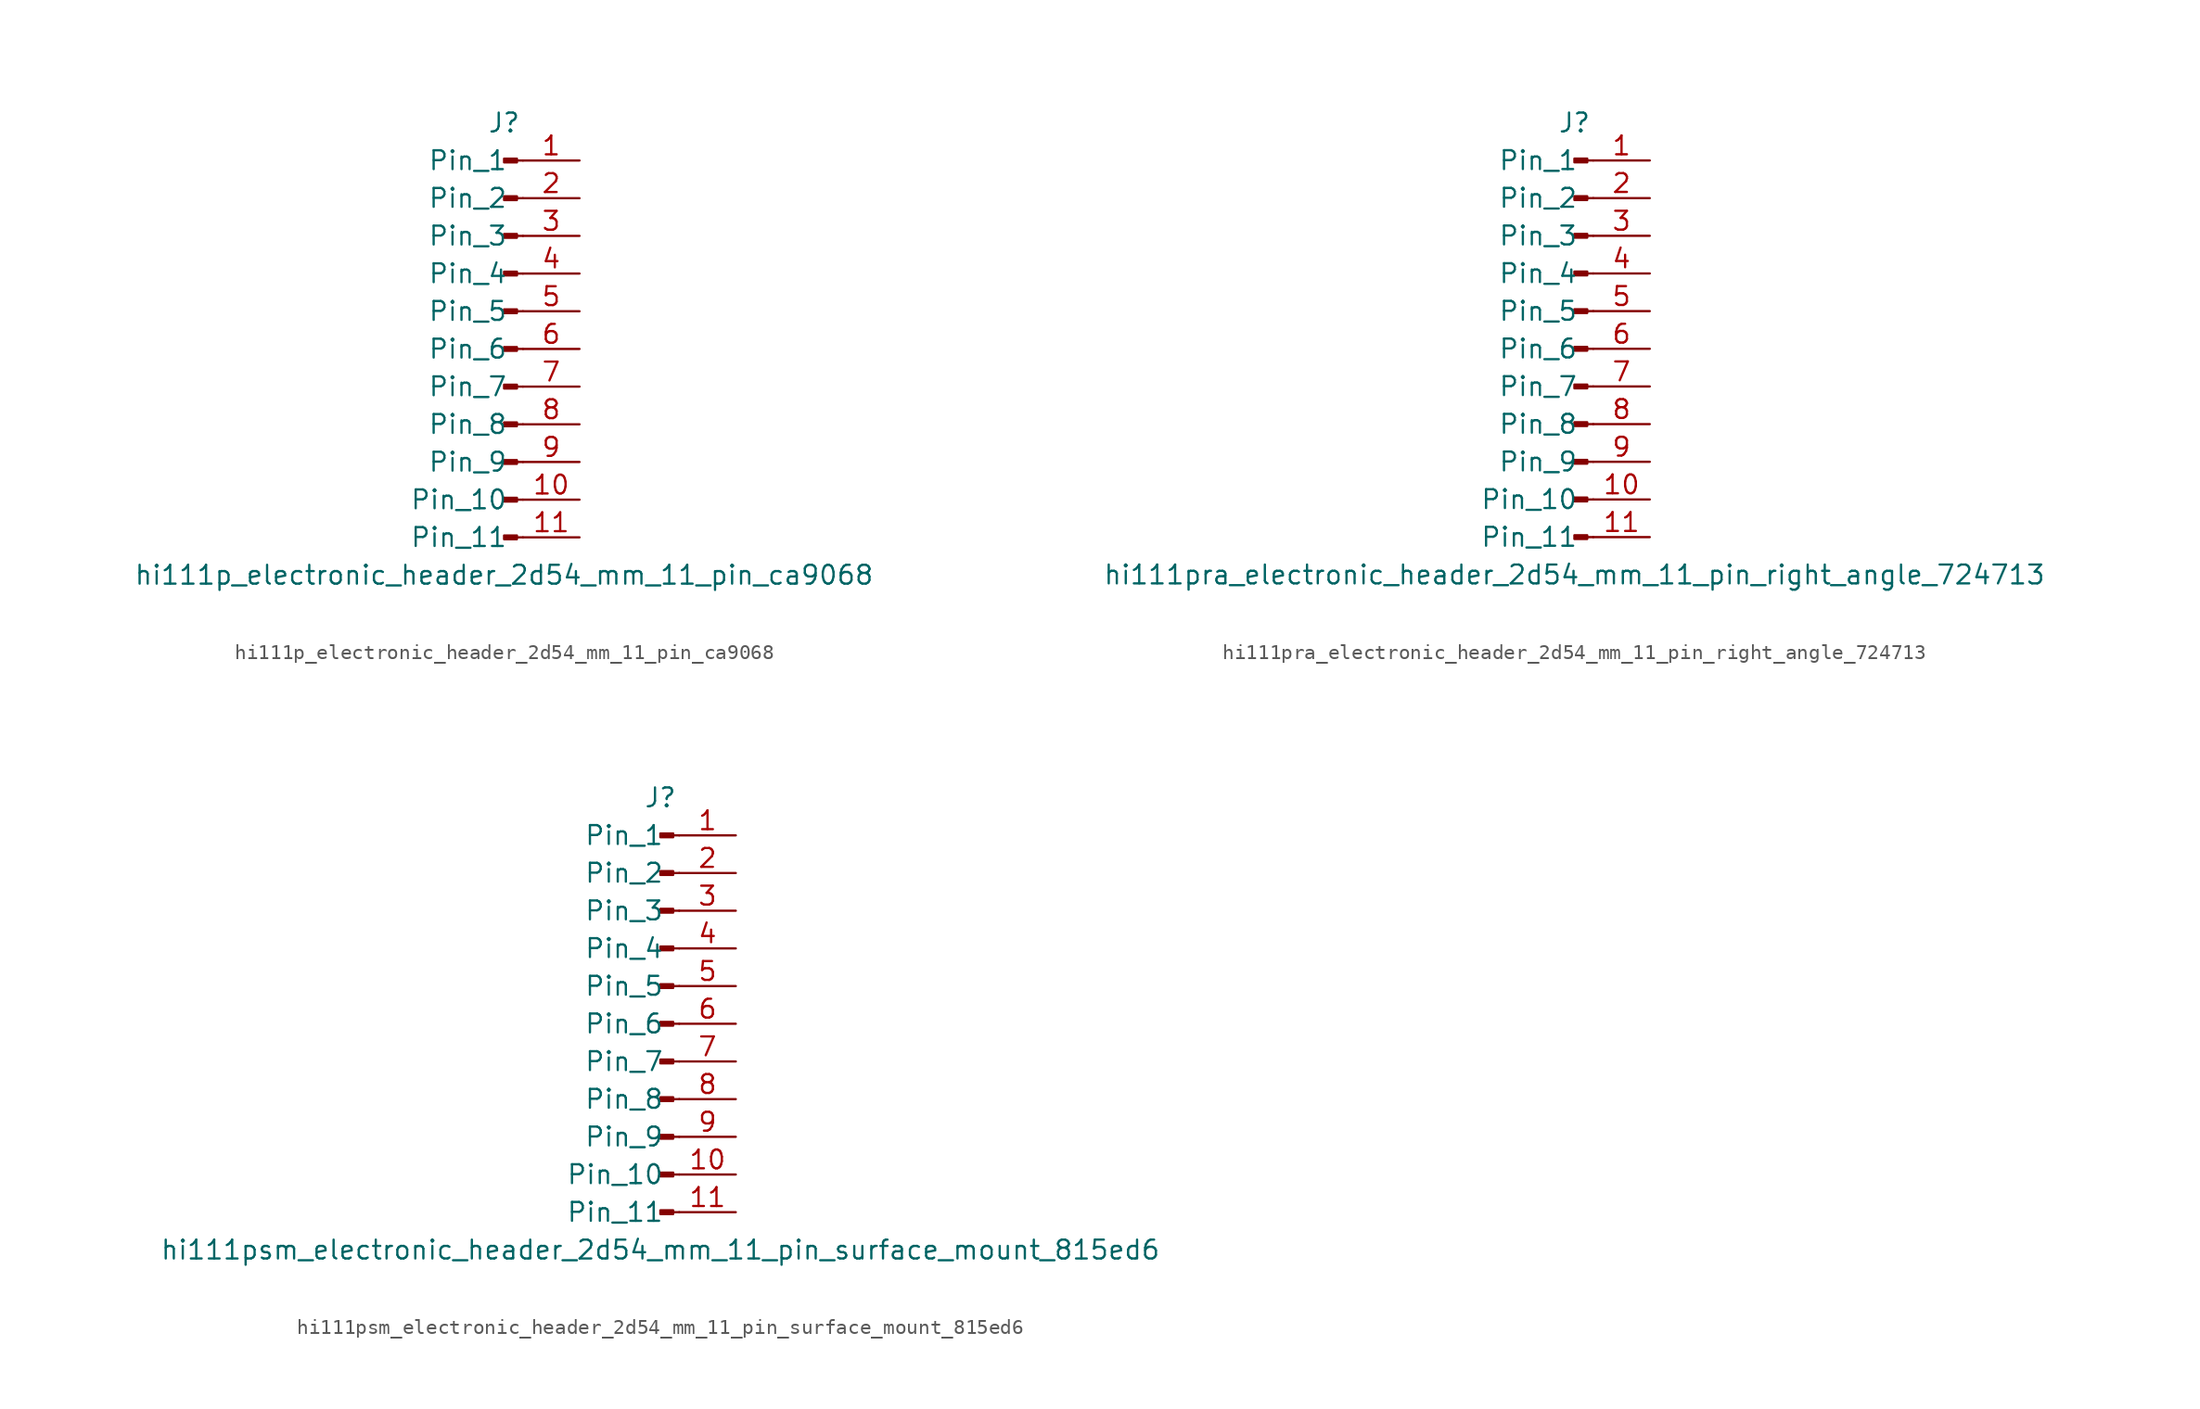
<source format=kicad_sym>
(kicad_symbol_lib
  (version 20220914)
  (generator kicad_symbol_editor)
  (symbol "hi111p_electronic_header_2d54_mm_11_pin_ca9068"
    (pin_names
      (offset 1.016))
    (property "Reference" "J"
      (at 0 15.24 0)
      (effects (font (size 1.27 1.27))))
    (property "Value" "hi111p_electronic_header_2d54_mm_11_pin_ca9068"
      (at 0 -15.24 0)
      (effects (font (size 1.27 1.27))))
    (property "ki_locked" ""
      (at 0 0 0)
      (effects (font (size 1.27 1.27))))
    (symbol "hi111p_electronic_header_2d54_mm_11_pin_ca9068_1_1"
      (polyline (pts (xy 1.27 -12.7) (xy 0.864 -12.7)) (stroke (width 0.152) (type default)) (fill (type none)))
      (polyline (pts (xy 1.27 -10.16) (xy 0.864 -10.16)) (stroke (width 0.152) (type default)) (fill (type none)))
      (polyline (pts (xy 1.27 -7.62) (xy 0.864 -7.62)) (stroke (width 0.152) (type default)) (fill (type none)))
      (polyline (pts (xy 1.27 -5.08) (xy 0.864 -5.08)) (stroke (width 0.152) (type default)) (fill (type none)))
      (polyline (pts (xy 1.27 -2.54) (xy 0.864 -2.54)) (stroke (width 0.152) (type default)) (fill (type none)))
      (polyline (pts (xy 1.27 0) (xy 0.864 0)) (stroke (width 0.152) (type default)) (fill (type none)))
      (polyline (pts (xy 1.27 2.54) (xy 0.864 2.54)) (stroke (width 0.152) (type default)) (fill (type none)))
      (polyline (pts (xy 1.27 5.08) (xy 0.864 5.08)) (stroke (width 0.152) (type default)) (fill (type none)))
      (polyline (pts (xy 1.27 7.62) (xy 0.864 7.62)) (stroke (width 0.152) (type default)) (fill (type none)))
      (polyline (pts (xy 1.27 10.16) (xy 0.864 10.16)) (stroke (width 0.152) (type default)) (fill (type none)))
      (polyline (pts (xy 1.27 12.7) (xy 0.864 12.7)) (stroke (width 0.152) (type default)) (fill (type none)))
      (rectangle (start 0.864 -12.573) (end 0 -12.827) (stroke (width 0.152) (type default)) (fill (type outline)))
      (rectangle (start 0.864 -10.033) (end 0 -10.287) (stroke (width 0.152) (type default)) (fill (type outline)))
      (rectangle (start 0.864 -7.493) (end 0 -7.747) (stroke (width 0.152) (type default)) (fill (type outline)))
      (rectangle (start 0.864 -4.953) (end 0 -5.207) (stroke (width 0.152) (type default)) (fill (type outline)))
      (rectangle (start 0.864 -2.413) (end 0 -2.667) (stroke (width 0.152) (type default)) (fill (type outline)))
      (rectangle (start 0.864 0.127) (end 0 -0.127) (stroke (width 0.152) (type default)) (fill (type outline)))
      (rectangle (start 0.864 2.667) (end 0 2.413) (stroke (width 0.152) (type default)) (fill (type outline)))
      (rectangle (start 0.864 5.207) (end 0 4.953) (stroke (width 0.152) (type default)) (fill (type outline)))
      (rectangle (start 0.864 7.747) (end 0 7.493) (stroke (width 0.152) (type default)) (fill (type outline)))
      (rectangle (start 0.864 10.287) (end 0 10.033) (stroke (width 0.152) (type default)) (fill (type outline)))
      (rectangle (start 0.864 12.827) (end 0 12.573) (stroke (width 0.152) (type default)) (fill (type outline)))
      (pin passive line (at 5.08 12.7 180) (length 3.81) (name "Pin_1" (effects (font (size 1.27 1.27)))) (number "1" (effects (font (size 1.27 1.27)))))
      (pin passive line (at 5.08 -10.16 180) (length 3.81) (name "Pin_10" (effects (font (size 1.27 1.27)))) (number "10" (effects (font (size 1.27 1.27)))))
      (pin passive line (at 5.08 -12.7 180) (length 3.81) (name "Pin_11" (effects (font (size 1.27 1.27)))) (number "11" (effects (font (size 1.27 1.27)))))
      (pin passive line (at 5.08 10.16 180) (length 3.81) (name "Pin_2" (effects (font (size 1.27 1.27)))) (number "2" (effects (font (size 1.27 1.27)))))
      (pin passive line (at 5.08 7.62 180) (length 3.81) (name "Pin_3" (effects (font (size 1.27 1.27)))) (number "3" (effects (font (size 1.27 1.27)))))
      (pin passive line (at 5.08 5.08 180) (length 3.81) (name "Pin_4" (effects (font (size 1.27 1.27)))) (number "4" (effects (font (size 1.27 1.27)))))
      (pin passive line (at 5.08 2.54 180) (length 3.81) (name "Pin_5" (effects (font (size 1.27 1.27)))) (number "5" (effects (font (size 1.27 1.27)))))
      (pin passive line (at 5.08 0 180) (length 3.81) (name "Pin_6" (effects (font (size 1.27 1.27)))) (number "6" (effects (font (size 1.27 1.27)))))
      (pin passive line (at 5.08 -2.54 180) (length 3.81) (name "Pin_7" (effects (font (size 1.27 1.27)))) (number "7" (effects (font (size 1.27 1.27)))))
      (pin passive line (at 5.08 -5.08 180) (length 3.81) (name "Pin_8" (effects (font (size 1.27 1.27)))) (number "8" (effects (font (size 1.27 1.27)))))
      (pin passive line (at 5.08 -7.62 180) (length 3.81) (name "Pin_9" (effects (font (size 1.27 1.27)))) (number "9" (effects (font (size 1.27 1.27)))))))
  (symbol "hi111pra_electronic_header_2d54_mm_11_pin_right_angle_724713"
    (pin_names
      (offset 1.016))
    (property "Reference" "J"
      (at 0 15.24 0)
      (effects (font (size 1.27 1.27))))
    (property "Value" "hi111pra_electronic_header_2d54_mm_11_pin_right_angle_724713"
      (at 0 -15.24 0)
      (effects (font (size 1.27 1.27))))
    (property "ki_locked" ""
      (at 0 0 0)
      (effects (font (size 1.27 1.27))))
    (symbol "hi111pra_electronic_header_2d54_mm_11_pin_right_angle_724713_1_1"
      (polyline (pts (xy 1.27 -12.7) (xy 0.864 -12.7)) (stroke (width 0.152) (type default)) (fill (type none)))
      (polyline (pts (xy 1.27 -10.16) (xy 0.864 -10.16)) (stroke (width 0.152) (type default)) (fill (type none)))
      (polyline (pts (xy 1.27 -7.62) (xy 0.864 -7.62)) (stroke (width 0.152) (type default)) (fill (type none)))
      (polyline (pts (xy 1.27 -5.08) (xy 0.864 -5.08)) (stroke (width 0.152) (type default)) (fill (type none)))
      (polyline (pts (xy 1.27 -2.54) (xy 0.864 -2.54)) (stroke (width 0.152) (type default)) (fill (type none)))
      (polyline (pts (xy 1.27 0) (xy 0.864 0)) (stroke (width 0.152) (type default)) (fill (type none)))
      (polyline (pts (xy 1.27 2.54) (xy 0.864 2.54)) (stroke (width 0.152) (type default)) (fill (type none)))
      (polyline (pts (xy 1.27 5.08) (xy 0.864 5.08)) (stroke (width 0.152) (type default)) (fill (type none)))
      (polyline (pts (xy 1.27 7.62) (xy 0.864 7.62)) (stroke (width 0.152) (type default)) (fill (type none)))
      (polyline (pts (xy 1.27 10.16) (xy 0.864 10.16)) (stroke (width 0.152) (type default)) (fill (type none)))
      (polyline (pts (xy 1.27 12.7) (xy 0.864 12.7)) (stroke (width 0.152) (type default)) (fill (type none)))
      (rectangle (start 0.864 -12.573) (end 0 -12.827) (stroke (width 0.152) (type default)) (fill (type outline)))
      (rectangle (start 0.864 -10.033) (end 0 -10.287) (stroke (width 0.152) (type default)) (fill (type outline)))
      (rectangle (start 0.864 -7.493) (end 0 -7.747) (stroke (width 0.152) (type default)) (fill (type outline)))
      (rectangle (start 0.864 -4.953) (end 0 -5.207) (stroke (width 0.152) (type default)) (fill (type outline)))
      (rectangle (start 0.864 -2.413) (end 0 -2.667) (stroke (width 0.152) (type default)) (fill (type outline)))
      (rectangle (start 0.864 0.127) (end 0 -0.127) (stroke (width 0.152) (type default)) (fill (type outline)))
      (rectangle (start 0.864 2.667) (end 0 2.413) (stroke (width 0.152) (type default)) (fill (type outline)))
      (rectangle (start 0.864 5.207) (end 0 4.953) (stroke (width 0.152) (type default)) (fill (type outline)))
      (rectangle (start 0.864 7.747) (end 0 7.493) (stroke (width 0.152) (type default)) (fill (type outline)))
      (rectangle (start 0.864 10.287) (end 0 10.033) (stroke (width 0.152) (type default)) (fill (type outline)))
      (rectangle (start 0.864 12.827) (end 0 12.573) (stroke (width 0.152) (type default)) (fill (type outline)))
      (pin passive line (at 5.08 12.7 180) (length 3.81) (name "Pin_1" (effects (font (size 1.27 1.27)))) (number "1" (effects (font (size 1.27 1.27)))))
      (pin passive line (at 5.08 -10.16 180) (length 3.81) (name "Pin_10" (effects (font (size 1.27 1.27)))) (number "10" (effects (font (size 1.27 1.27)))))
      (pin passive line (at 5.08 -12.7 180) (length 3.81) (name "Pin_11" (effects (font (size 1.27 1.27)))) (number "11" (effects (font (size 1.27 1.27)))))
      (pin passive line (at 5.08 10.16 180) (length 3.81) (name "Pin_2" (effects (font (size 1.27 1.27)))) (number "2" (effects (font (size 1.27 1.27)))))
      (pin passive line (at 5.08 7.62 180) (length 3.81) (name "Pin_3" (effects (font (size 1.27 1.27)))) (number "3" (effects (font (size 1.27 1.27)))))
      (pin passive line (at 5.08 5.08 180) (length 3.81) (name "Pin_4" (effects (font (size 1.27 1.27)))) (number "4" (effects (font (size 1.27 1.27)))))
      (pin passive line (at 5.08 2.54 180) (length 3.81) (name "Pin_5" (effects (font (size 1.27 1.27)))) (number "5" (effects (font (size 1.27 1.27)))))
      (pin passive line (at 5.08 0 180) (length 3.81) (name "Pin_6" (effects (font (size 1.27 1.27)))) (number "6" (effects (font (size 1.27 1.27)))))
      (pin passive line (at 5.08 -2.54 180) (length 3.81) (name "Pin_7" (effects (font (size 1.27 1.27)))) (number "7" (effects (font (size 1.27 1.27)))))
      (pin passive line (at 5.08 -5.08 180) (length 3.81) (name "Pin_8" (effects (font (size 1.27 1.27)))) (number "8" (effects (font (size 1.27 1.27)))))
      (pin passive line (at 5.08 -7.62 180) (length 3.81) (name "Pin_9" (effects (font (size 1.27 1.27)))) (number "9" (effects (font (size 1.27 1.27)))))))
  (symbol "hi111psm_electronic_header_2d54_mm_11_pin_surface_mount_815ed6"
    (pin_names
      (offset 1.016))
    (property "Reference" "J"
      (at 0 15.24 0)
      (effects (font (size 1.27 1.27))))
    (property "Value" "hi111psm_electronic_header_2d54_mm_11_pin_surface_mount_815ed6"
      (at 0 -15.24 0)
      (effects (font (size 1.27 1.27))))
    (property "ki_locked" ""
      (at 0 0 0)
      (effects (font (size 1.27 1.27))))
    (symbol "hi111psm_electronic_header_2d54_mm_11_pin_surface_mount_815ed6_1_1"
      (polyline (pts (xy 1.27 -12.7) (xy 0.864 -12.7)) (stroke (width 0.152) (type default)) (fill (type none)))
      (polyline (pts (xy 1.27 -10.16) (xy 0.864 -10.16)) (stroke (width 0.152) (type default)) (fill (type none)))
      (polyline (pts (xy 1.27 -7.62) (xy 0.864 -7.62)) (stroke (width 0.152) (type default)) (fill (type none)))
      (polyline (pts (xy 1.27 -5.08) (xy 0.864 -5.08)) (stroke (width 0.152) (type default)) (fill (type none)))
      (polyline (pts (xy 1.27 -2.54) (xy 0.864 -2.54)) (stroke (width 0.152) (type default)) (fill (type none)))
      (polyline (pts (xy 1.27 0) (xy 0.864 0)) (stroke (width 0.152) (type default)) (fill (type none)))
      (polyline (pts (xy 1.27 2.54) (xy 0.864 2.54)) (stroke (width 0.152) (type default)) (fill (type none)))
      (polyline (pts (xy 1.27 5.08) (xy 0.864 5.08)) (stroke (width 0.152) (type default)) (fill (type none)))
      (polyline (pts (xy 1.27 7.62) (xy 0.864 7.62)) (stroke (width 0.152) (type default)) (fill (type none)))
      (polyline (pts (xy 1.27 10.16) (xy 0.864 10.16)) (stroke (width 0.152) (type default)) (fill (type none)))
      (polyline (pts (xy 1.27 12.7) (xy 0.864 12.7)) (stroke (width 0.152) (type default)) (fill (type none)))
      (rectangle (start 0.864 -12.573) (end 0 -12.827) (stroke (width 0.152) (type default)) (fill (type outline)))
      (rectangle (start 0.864 -10.033) (end 0 -10.287) (stroke (width 0.152) (type default)) (fill (type outline)))
      (rectangle (start 0.864 -7.493) (end 0 -7.747) (stroke (width 0.152) (type default)) (fill (type outline)))
      (rectangle (start 0.864 -4.953) (end 0 -5.207) (stroke (width 0.152) (type default)) (fill (type outline)))
      (rectangle (start 0.864 -2.413) (end 0 -2.667) (stroke (width 0.152) (type default)) (fill (type outline)))
      (rectangle (start 0.864 0.127) (end 0 -0.127) (stroke (width 0.152) (type default)) (fill (type outline)))
      (rectangle (start 0.864 2.667) (end 0 2.413) (stroke (width 0.152) (type default)) (fill (type outline)))
      (rectangle (start 0.864 5.207) (end 0 4.953) (stroke (width 0.152) (type default)) (fill (type outline)))
      (rectangle (start 0.864 7.747) (end 0 7.493) (stroke (width 0.152) (type default)) (fill (type outline)))
      (rectangle (start 0.864 10.287) (end 0 10.033) (stroke (width 0.152) (type default)) (fill (type outline)))
      (rectangle (start 0.864 12.827) (end 0 12.573) (stroke (width 0.152) (type default)) (fill (type outline)))
      (pin passive line (at 5.08 12.7 180) (length 3.81) (name "Pin_1" (effects (font (size 1.27 1.27)))) (number "1" (effects (font (size 1.27 1.27)))))
      (pin passive line (at 5.08 -10.16 180) (length 3.81) (name "Pin_10" (effects (font (size 1.27 1.27)))) (number "10" (effects (font (size 1.27 1.27)))))
      (pin passive line (at 5.08 -12.7 180) (length 3.81) (name "Pin_11" (effects (font (size 1.27 1.27)))) (number "11" (effects (font (size 1.27 1.27)))))
      (pin passive line (at 5.08 10.16 180) (length 3.81) (name "Pin_2" (effects (font (size 1.27 1.27)))) (number "2" (effects (font (size 1.27 1.27)))))
      (pin passive line (at 5.08 7.62 180) (length 3.81) (name "Pin_3" (effects (font (size 1.27 1.27)))) (number "3" (effects (font (size 1.27 1.27)))))
      (pin passive line (at 5.08 5.08 180) (length 3.81) (name "Pin_4" (effects (font (size 1.27 1.27)))) (number "4" (effects (font (size 1.27 1.27)))))
      (pin passive line (at 5.08 2.54 180) (length 3.81) (name "Pin_5" (effects (font (size 1.27 1.27)))) (number "5" (effects (font (size 1.27 1.27)))))
      (pin passive line (at 5.08 0 180) (length 3.81) (name "Pin_6" (effects (font (size 1.27 1.27)))) (number "6" (effects (font (size 1.27 1.27)))))
      (pin passive line (at 5.08 -2.54 180) (length 3.81) (name "Pin_7" (effects (font (size 1.27 1.27)))) (number "7" (effects (font (size 1.27 1.27)))))
      (pin passive line (at 5.08 -5.08 180) (length 3.81) (name "Pin_8" (effects (font (size 1.27 1.27)))) (number "8" (effects (font (size 1.27 1.27)))))
      (pin passive line (at 5.08 -7.62 180) (length 3.81) (name "Pin_9" (effects (font (size 1.27 1.27)))) (number "9" (effects (font (size 1.27 1.27))))))))
</source>
